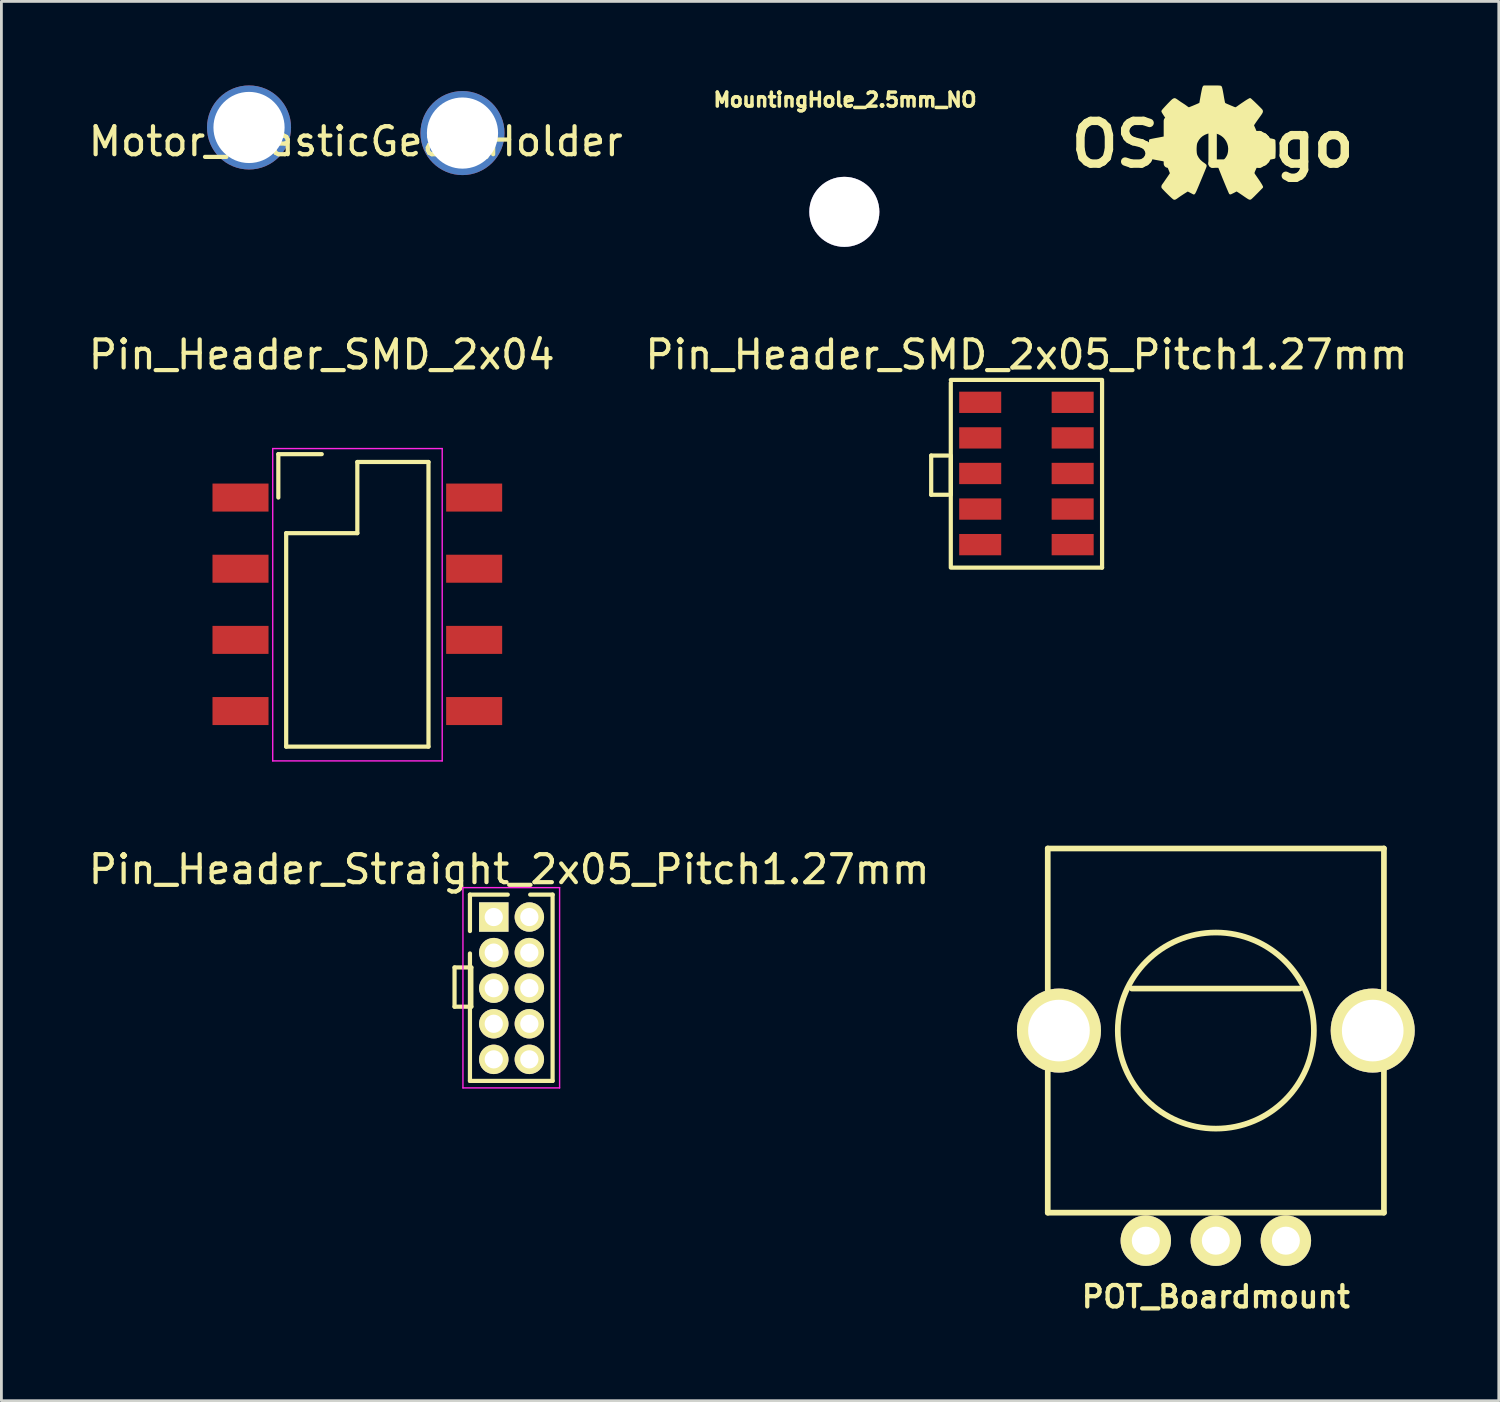
<source format=kicad_pcb>
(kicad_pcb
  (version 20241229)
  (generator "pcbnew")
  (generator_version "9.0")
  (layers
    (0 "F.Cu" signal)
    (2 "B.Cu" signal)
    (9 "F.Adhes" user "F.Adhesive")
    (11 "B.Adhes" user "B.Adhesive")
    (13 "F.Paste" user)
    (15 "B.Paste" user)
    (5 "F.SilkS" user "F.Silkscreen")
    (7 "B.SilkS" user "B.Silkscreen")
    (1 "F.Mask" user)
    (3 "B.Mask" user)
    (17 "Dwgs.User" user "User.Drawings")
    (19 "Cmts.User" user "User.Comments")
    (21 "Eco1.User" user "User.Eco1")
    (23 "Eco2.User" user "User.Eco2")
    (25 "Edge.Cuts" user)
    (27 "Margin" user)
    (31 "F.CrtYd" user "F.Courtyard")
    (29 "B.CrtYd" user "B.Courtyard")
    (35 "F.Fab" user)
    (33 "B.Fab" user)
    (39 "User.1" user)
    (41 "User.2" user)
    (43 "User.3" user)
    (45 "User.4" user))
  (footprint "Motor_PlasticGear_Holder"
    (layer "F.Cu")
    (at 9.649 1.5)
    (property "Reference" "Motor_PlasticGear_Holder" (at 0 0.5 0) (layer "F.SilkS") (effects (font (size 1 1) (thickness 0.15))))
    (attr through_hole)
    (pad "1" thru_hole circle (at -3.81 0) (size 3 3) (drill 2.54) (layers "*.Cu" "*.Mask"))
    (pad "1" thru_hole circle (at 3.81 0.2) (size 3 3) (drill 2.54) (layers "*.Cu" "*.Mask")))
  (footprint "Pin_Header_SMD_2x04"
    (layer "F.Cu")
    (at 8.435 14.711)
    (property "Reference" "Pin_Header_SMD_2x04" (at 0 -5.1 0) (layer "F.SilkS") (effects (font (size 1 1) (thickness 0.15))))
    (attr through_hole)
    (fp_line (start -1.55 -1.55) (end -1.55 0) (stroke (width 0.15) (type solid)) (layer "F.SilkS"))
    (fp_line (start -1.27 1.27) (end -1.27 8.89) (stroke (width 0.15) (type solid)) (layer "F.SilkS"))
    (fp_line (start -1.27 8.89) (end 3.81 8.89) (stroke (width 0.15) (type solid)) (layer "F.SilkS"))
    (fp_line (start 0 -1.55) (end -1.55 -1.55) (stroke (width 0.15) (type solid)) (layer "F.SilkS"))
    (fp_line (start 1.27 -1.27) (end 1.27 1.27) (stroke (width 0.15) (type solid)) (layer "F.SilkS"))
    (fp_line (start 1.27 1.27) (end -1.27 1.27) (stroke (width 0.15) (type solid)) (layer "F.SilkS"))
    (fp_line (start 3.81 -1.27) (end 1.27 -1.27) (stroke (width 0.15) (type solid)) (layer "F.SilkS"))
    (fp_line (start 3.81 8.89) (end 3.81 -1.27) (stroke (width 0.15) (type solid)) (layer "F.SilkS"))
    (fp_line (start -1.75 -1.75) (end -1.75 9.4) (stroke (width 0.05) (type solid)) (layer "F.CrtYd"))
    (fp_line (start -1.75 -1.75) (end 4.3 -1.75) (stroke (width 0.05) (type solid)) (layer "F.CrtYd"))
    (fp_line (start -1.75 9.4) (end 4.3 9.4) (stroke (width 0.05) (type solid)) (layer "F.CrtYd"))
    (fp_line (start 4.3 -1.75) (end 4.3 9.4) (stroke (width 0.05) (type solid)) (layer "F.CrtYd"))
    (pad "1" smd rect (at -2.9 0) (size 2 1) (layers "F.Cu" "F.Mask" "F.Paste"))
    (pad "2" smd rect (at 5.44 0) (size 2 1) (layers "F.Cu" "F.Mask" "F.Paste"))
    (pad "3" smd rect (at -2.9 2.54) (size 2 1) (layers "F.Cu" "F.Mask" "F.Paste"))
    (pad "4" smd rect (at 5.44 2.54) (size 2 1) (layers "F.Cu" "F.Mask" "F.Paste"))
    (pad "5" smd rect (at -2.9 5.08) (size 2 1) (layers "F.Cu" "F.Mask" "F.Paste"))
    (pad "6" smd rect (at 5.44 5.08) (size 2 1) (layers "F.Cu" "F.Mask" "F.Paste"))
    (pad "7" smd rect (at -2.9 7.62) (size 2 1) (layers "F.Cu" "F.Mask" "F.Paste"))
    (pad "8" smd rect (at 5.44 7.62) (size 2 1) (layers "F.Cu" "F.Mask" "F.Paste")))
  (footprint "OSHLogo"
    (layer "F.Cu")
    (at 40.235 2.1)
    (property "Reference" "OSHLogo" (at 0 0 0) (layer "F.SilkS") (effects (font (size 1.524 1.524) (thickness 0.3))))
    (attr through_hole)
    (fp_poly (pts (xy 2.2 0.165) (xy 2.2 0.242) (xy 2.198 0.31) (xy 2.198 0.321) (xy 2.193 0.47) (xy 2.065 0.494) (xy 1.965 0.513) (xy 1.877 0.53) (xy 1.801 0.544) (xy 1.738 0.556) (xy 1.689 0.566) (xy 1.656 0.573) (xy 1.64 0.577) (xy 1.64 0.577) (xy 1.626 0.587) (xy 1.611 0.609) (xy 1.593 0.645) (xy 1.573 0.696) (xy 1.562 0.726) (xy 1.545 0.769) (xy 1.524 0.821) (xy 1.502 0.871) (xy 1.493 0.891) (xy 1.469 0.943) (xy 1.454 0.983) (xy 1.446 1.014) (xy 1.447 1.04) (xy 1.455 1.064) (xy 1.471 1.091) (xy 1.482 1.107) (xy 1.545 1.198) (xy 1.6 1.278) (xy 1.646 1.346) (xy 1.682 1.402) (xy 1.709 1.445) (xy 1.726 1.474) (xy 1.727 1.476) (xy 1.751 1.524) (xy 1.555 1.723) (xy 1.505 1.773) (xy 1.46 1.819) (xy 1.419 1.858) (xy 1.385 1.891) (xy 1.359 1.914) (xy 1.344 1.926) (xy 1.341 1.928) (xy 1.332 1.929) (xy 1.32 1.927) (xy 1.304 1.92) (xy 1.281 1.907) (xy 1.25 1.888) (xy 1.21 1.861) (xy 1.158 1.826) (xy 1.098 1.784) (xy 1.048 1.75) (xy 1.001 1.718) (xy 0.958 1.69) (xy 0.924 1.668) (xy 0.901 1.654) (xy 0.9 1.654) (xy 0.852 1.628) (xy 0.814 1.65) (xy 0.777 1.67) (xy 0.739 1.69) (xy 0.701 1.709) (xy 0.669 1.724) (xy 0.645 1.736) (xy 0.632 1.74) (xy 0.631 1.74) (xy 0.625 1.728) (xy 0.613 1.702) (xy 0.596 1.662) (xy 0.574 1.611) (xy 0.548 1.551) (xy 0.52 1.484) (xy 0.49 1.411) (xy 0.458 1.334) (xy 0.426 1.256) (xy 0.394 1.179) (xy 0.364 1.103) (xy 0.335 1.032) (xy 0.309 0.966) (xy 0.286 0.909) (xy 0.267 0.861) (xy 0.255 0.829) (xy 0.228 0.755) (xy 0.292 0.712) (xy 0.371 0.651) (xy 0.442 0.582) (xy 0.502 0.51) (xy 0.548 0.436) (xy 0.571 0.385) (xy 0.581 0.352) (xy 0.591 0.31) (xy 0.599 0.266) (xy 0.6 0.259) (xy 0.606 0.155) (xy 0.595 0.053) (xy 0.567 -0.046) (xy 0.524 -0.139) (xy 0.465 -0.223) (xy 0.408 -0.284) (xy 0.329 -0.346) (xy 0.241 -0.395) (xy 0.146 -0.429) (xy 0.049 -0.448) (xy -0.049 -0.45) (xy -0.091 -0.446) (xy -0.199 -0.423) (xy -0.297 -0.384) (xy -0.385 -0.332) (xy -0.462 -0.266) (xy -0.527 -0.187) (xy -0.578 -0.097) (xy -0.602 -0.037) (xy -0.623 0.045) (xy -0.634 0.135) (xy -0.634 0.226) (xy -0.622 0.31) (xy -0.622 0.312) (xy -0.592 0.407) (xy -0.545 0.496) (xy -0.483 0.578) (xy -0.406 0.65) (xy -0.359 0.685) (xy -0.324 0.709) (xy -0.295 0.731) (xy -0.275 0.748) (xy -0.268 0.755) (xy -0.266 0.759) (xy -0.264 0.763) (xy -0.263 0.768) (xy -0.264 0.775) (xy -0.267 0.787) (xy -0.272 0.804) (xy -0.281 0.827) (xy -0.293 0.859) (xy -0.31 0.9) (xy -0.331 0.952) (xy -0.357 1.015) (xy -0.389 1.093) (xy -0.427 1.185) (xy -0.444 1.225) (xy -0.486 1.326) (xy -0.522 1.413) (xy -0.552 1.485) (xy -0.577 1.544) (xy -0.598 1.593) (xy -0.614 1.631) (xy -0.628 1.662) (xy -0.639 1.685) (xy -0.648 1.702) (xy -0.655 1.716) (xy -0.659 1.722) (xy -0.672 1.742) (xy -0.775 1.688) (xy -0.815 1.667) (xy -0.849 1.65) (xy -0.875 1.638) (xy -0.889 1.633) (xy -0.889 1.633) (xy -0.901 1.638) (xy -0.925 1.651) (xy -0.959 1.672) (xy -1 1.698) (xy -1.046 1.727) (xy -1.095 1.759) (xy -1.144 1.791) (xy -1.191 1.823) (xy -1.232 1.851) (xy -1.266 1.876) (xy -1.271 1.88) (xy -1.306 1.904) (xy -1.335 1.922) (xy -1.357 1.931) (xy -1.362 1.932) (xy -1.373 1.928) (xy -1.392 1.914) (xy -1.42 1.891) (xy -1.458 1.856) (xy -1.506 1.811) (xy -1.566 1.753) (xy -1.581 1.738) (xy -1.631 1.689) (xy -1.676 1.643) (xy -1.715 1.602) (xy -1.746 1.569) (xy -1.768 1.544) (xy -1.778 1.53) (xy -1.779 1.528) (xy -1.778 1.5) (xy -1.77 1.477) (xy -1.754 1.453) (xy -1.74 1.434) (xy -1.718 1.404) (xy -1.69 1.364) (xy -1.659 1.318) (xy -1.625 1.269) (xy -1.59 1.219) (xy -1.558 1.172) (xy -1.53 1.13) (xy -1.507 1.096) (xy -1.493 1.074) (xy -1.49 1.07) (xy -1.47 1.037) (xy -1.542 0.855) (xy -1.565 0.798) (xy -1.587 0.744) (xy -1.607 0.696) (xy -1.623 0.657) (xy -1.635 0.631) (xy -1.637 0.627) (xy -1.644 0.612) (xy -1.652 0.6) (xy -1.661 0.59) (xy -1.674 0.581) (xy -1.693 0.574) (xy -1.72 0.566) (xy -1.757 0.558) (xy -1.806 0.548) (xy -1.87 0.537) (xy -1.928 0.526) (xy -1.989 0.515) (xy -2.046 0.504) (xy -2.098 0.494) (xy -2.139 0.486) (xy -2.167 0.479) (xy -2.173 0.478) (xy -2.218 0.466) (xy -2.22 0.166) (xy -2.223 -0.134) (xy -2.13 -0.153) (xy -2.09 -0.161) (xy -2.038 -0.171) (xy -1.977 -0.182) (xy -1.913 -0.194) (xy -1.855 -0.205) (xy -1.799 -0.216) (xy -1.748 -0.225) (xy -1.705 -0.234) (xy -1.674 -0.241) (xy -1.657 -0.245) (xy -1.655 -0.245) (xy -1.648 -0.249) (xy -1.641 -0.257) (xy -1.632 -0.271) (xy -1.621 -0.293) (xy -1.606 -0.324) (xy -1.587 -0.365) (xy -1.564 -0.419) (xy -1.535 -0.487) (xy -1.513 -0.538) (xy -1.495 -0.583) (xy -1.479 -0.624) (xy -1.467 -0.655) (xy -1.461 -0.675) (xy -1.46 -0.679) (xy -1.465 -0.693) (xy -1.479 -0.717) (xy -1.499 -0.749) (xy -1.523 -0.786) (xy -1.526 -0.79) (xy -1.592 -0.887) (xy -1.649 -0.971) (xy -1.695 -1.04) (xy -1.731 -1.095) (xy -1.756 -1.136) (xy -1.772 -1.164) (xy -1.778 -1.178) (xy -1.778 -1.179) (xy -1.772 -1.189) (xy -1.755 -1.21) (xy -1.729 -1.241) (xy -1.696 -1.277) (xy -1.658 -1.319) (xy -1.617 -1.363) (xy -1.575 -1.408) (xy -1.533 -1.451) (xy -1.494 -1.491) (xy -1.46 -1.526) (xy -1.431 -1.552) (xy -1.412 -1.57) (xy -1.41 -1.571) (xy -1.385 -1.587) (xy -1.363 -1.596) (xy -1.356 -1.597) (xy -1.34 -1.591) (xy -1.315 -1.577) (xy -1.285 -1.557) (xy -1.273 -1.548) (xy -1.239 -1.524) (xy -1.196 -1.494) (xy -1.149 -1.462) (xy -1.111 -1.438) (xy -1.067 -1.409) (xy -1.022 -1.38) (xy -0.983 -1.352) (xy -0.957 -1.333) (xy -0.918 -1.304) (xy -0.889 -1.285) (xy -0.867 -1.275) (xy -0.849 -1.271) (xy -0.836 -1.273) (xy -0.82 -1.277) (xy -0.79 -1.289) (xy -0.748 -1.306) (xy -0.695 -1.327) (xy -0.634 -1.353) (xy -0.567 -1.381) (xy -0.497 -1.412) (xy -0.458 -1.429) (xy -0.43 -1.441) (xy -0.379 -1.723) (xy -0.365 -1.801) (xy -0.351 -1.87) (xy -0.339 -1.929) (xy -0.329 -1.976) (xy -0.32 -2.009) (xy -0.314 -2.027) (xy -0.314 -2.028) (xy -0.299 -2.05) (xy -0.015 -2.05) (xy 0.068 -2.05) (xy 0.135 -2.05) (xy 0.186 -2.049) (xy 0.224 -2.047) (xy 0.251 -2.045) (xy 0.269 -2.043) (xy 0.278 -2.04) (xy 0.28 -2.038) (xy 0.287 -2.022) (xy 0.296 -1.99) (xy 0.307 -1.943) (xy 0.319 -1.883) (xy 0.332 -1.812) (xy 0.345 -1.74) (xy 0.354 -1.685) (xy 0.365 -1.624) (xy 0.376 -1.568) (xy 0.382 -1.535) (xy 0.389 -1.5) (xy 0.396 -1.474) (xy 0.403 -1.455) (xy 0.415 -1.439) (xy 0.433 -1.426) (xy 0.461 -1.412) (xy 0.5 -1.395) (xy 0.552 -1.373) (xy 0.553 -1.372) (xy 0.601 -1.352) (xy 0.652 -1.33) (xy 0.699 -1.311) (xy 0.721 -1.301) (xy 0.757 -1.287) (xy 0.79 -1.276) (xy 0.813 -1.271) (xy 0.818 -1.27) (xy 0.838 -1.276) (xy 0.87 -1.293) (xy 0.912 -1.321) (xy 0.926 -1.332) (xy 0.981 -1.371) (xy 1.04 -1.412) (xy 1.101 -1.453) (xy 1.159 -1.492) (xy 1.212 -1.527) (xy 1.256 -1.554) (xy 1.282 -1.569) (xy 1.334 -1.599) (xy 1.359 -1.577) (xy 1.392 -1.546) (xy 1.433 -1.509) (xy 1.477 -1.467) (xy 1.523 -1.422) (xy 1.57 -1.377) (xy 1.614 -1.333) (xy 1.654 -1.293) (xy 1.689 -1.258) (xy 1.715 -1.231) (xy 1.731 -1.213) (xy 1.734 -1.208) (xy 1.743 -1.193) (xy 1.746 -1.178) (xy 1.744 -1.16) (xy 1.735 -1.139) (xy 1.718 -1.11) (xy 1.692 -1.071) (xy 1.657 -1.022) (xy 1.602 -0.946) (xy 1.557 -0.883) (xy 1.521 -0.832) (xy 1.493 -0.791) (xy 1.471 -0.759) (xy 1.455 -0.735) (xy 1.445 -0.716) (xy 1.438 -0.703) (xy 1.436 -0.7) (xy 1.43 -0.682) (xy 1.429 -0.667) (xy 1.434 -0.649) (xy 1.447 -0.621) (xy 1.45 -0.614) (xy 1.464 -0.584) (xy 1.482 -0.542) (xy 1.502 -0.494) (xy 1.522 -0.445) (xy 1.524 -0.441) (xy 1.552 -0.373) (xy 1.575 -0.322) (xy 1.594 -0.284) (xy 1.612 -0.259) (xy 1.627 -0.245) (xy 1.635 -0.242) (xy 1.653 -0.238) (xy 1.685 -0.232) (xy 1.728 -0.223) (xy 1.779 -0.213) (xy 1.836 -0.203) (xy 1.893 -0.192) (xy 1.949 -0.181) (xy 2 -0.172) (xy 2.043 -0.164) (xy 2.068 -0.16) (xy 2.107 -0.153) (xy 2.141 -0.145) (xy 2.165 -0.139) (xy 2.169 -0.138) (xy 2.192 -0.129) (xy 2.198 0.022) (xy 2.199 0.089) (xy 2.2 0.165)) (stroke (width 0.1) (type solid)) (fill yes) (layer "F.SilkS")))
  (footprint "Pin_Header_Straight_2x05_Pitch1.27mm"
    (layer "F.Cu")
    (at 14.575 29.684)
    (property "Reference" "Pin_Header_Straight_2x05_Pitch1.27mm" (at 0.55 -1.7 0) (layer "F.SilkS") (effects (font (size 1 1) (thickness 0.15))))
    (attr through_hole)
    (fp_line (start -1.4 1.8) (end -0.8 1.8) (stroke (width 0.15) (type solid)) (layer "F.SilkS"))
    (fp_line (start -1.4 3.2) (end -1.4 1.8) (stroke (width 0.15) (type solid)) (layer "F.SilkS"))
    (fp_line (start -0.85 -0.8) (end -0.85 0.5) (stroke (width 0.15) (type solid)) (layer "F.SilkS"))
    (fp_line (start -0.85 5.85) (end -0.85 1.3) (stroke (width 0.15) (type solid)) (layer "F.SilkS"))
    (fp_line (start -0.8 1.8) (end -0.8 3.2) (stroke (width 0.15) (type solid)) (layer "F.SilkS"))
    (fp_line (start -0.8 3.2) (end -1.4 3.2) (stroke (width 0.15) (type solid)) (layer "F.SilkS"))
    (fp_line (start 0.5 -0.8) (end -0.85 -0.8) (stroke (width 0.15) (type solid)) (layer "F.SilkS"))
    (fp_line (start 2.1 -0.8) (end 1.3 -0.8) (stroke (width 0.15) (type solid)) (layer "F.SilkS"))
    (fp_line (start 2.1 5.85) (end -0.85 5.85) (stroke (width 0.15) (type solid)) (layer "F.SilkS"))
    (fp_line (start 2.1 5.85) (end 2.1 -0.8) (stroke (width 0.15) (type solid)) (layer "F.SilkS"))
    (fp_line (start -1.1 -1.05) (end -1.1 6.1) (stroke (width 0.05) (type solid)) (layer "F.CrtYd"))
    (fp_line (start -1.1 -1.05) (end 2.35 -1.05) (stroke (width 0.05) (type solid)) (layer "F.CrtYd"))
    (fp_line (start -1.1 6.1) (end 2.35 6.1) (stroke (width 0.05) (type solid)) (layer "F.CrtYd"))
    (fp_line (start 2.35 -1.05) (end 2.35 6.1) (stroke (width 0.05) (type solid)) (layer "F.CrtYd"))
    (pad "1" thru_hole rect (at 0 0) (size 1.05 1.05) (drill 0.65) (layers "*.Cu" "*.Mask" "F.SilkS"))
    (pad "2" thru_hole circle (at 1.27 0) (size 1.05 1.05) (drill 0.65) (layers "*.Cu" "*.Mask" "F.SilkS"))
    (pad "3" thru_hole circle (at 0 1.27) (size 1.05 1.05) (drill 0.65) (layers "*.Cu" "*.Mask" "F.SilkS"))
    (pad "4" thru_hole circle (at 1.27 1.27) (size 1.05 1.05) (drill 0.65) (layers "*.Cu" "*.Mask" "F.SilkS"))
    (pad "5" thru_hole circle (at 0 2.54) (size 1.05 1.05) (drill 0.65) (layers "*.Cu" "*.Mask" "F.SilkS"))
    (pad "6" thru_hole circle (at 1.27 2.54) (size 1.05 1.05) (drill 0.65) (layers "*.Cu" "*.Mask" "F.SilkS"))
    (pad "7" thru_hole circle (at 0 3.81) (size 1.05 1.05) (drill 0.65) (layers "*.Cu" "*.Mask" "F.SilkS"))
    (pad "8" thru_hole circle (at 1.27 3.81) (size 1.05 1.05) (drill 0.65) (layers "*.Cu" "*.Mask" "F.SilkS"))
    (pad "9" thru_hole circle (at 0 5.08) (size 1.05 1.05) (drill 0.65) (layers "*.Cu" "*.Mask" "F.SilkS"))
    (pad "10" thru_hole circle (at 1.27 5.08) (size 1.05 1.05) (drill 0.65) (layers "*.Cu" "*.Mask" "F.SilkS")))
  (footprint "POT_Boardmount"
    (layer "F.Cu")
    (at 40.35 33.737)
    (property "Reference" "POT_Boardmount" (at 0 9.5 0) (layer "F.SilkS") (effects (font (size 0.762 0.762) (thickness 0.152))))
    (attr through_hole)
    (fp_line (start -6 -6.5) (end 6 -6.5) (stroke (width 0.203) (type solid)) (layer "F.SilkS"))
    (fp_line (start -6 6.5) (end -6 -6.5) (stroke (width 0.203) (type solid)) (layer "F.SilkS"))
    (fp_line (start 3 -1.5) (end -3 -1.5) (stroke (width 0.203) (type solid)) (layer "F.SilkS"))
    (fp_line (start 6 -6.5) (end 6 6.5) (stroke (width 0.203) (type solid)) (layer "F.SilkS"))
    (fp_line (start 6 6.5) (end -6 6.5) (stroke (width 0.203) (type solid)) (layer "F.SilkS"))
    (fp_circle (center 0 0) (end 3.5 0) (stroke (width 0.203) (type solid)) (fill no) (layer "F.SilkS"))
    (pad "" thru_hole circle (at -5.6 0) (size 3 3) (drill 2.2) (layers "*.Cu" "*.Mask" "F.SilkS"))
    (pad "" thru_hole circle (at 5.6 0) (size 3 3) (drill 2.2) (layers "*.Cu" "*.Mask" "F.SilkS"))
    (pad "1" thru_hole circle (at -2.5 7.5) (size 1.8 1.8) (drill 1) (layers "*.Cu" "*.Mask" "F.SilkS"))
    (pad "2" thru_hole circle (at 0 7.5) (size 1.8 1.8) (drill 1) (layers "*.Cu" "*.Mask" "F.SilkS"))
    (pad "3" thru_hole circle (at 2.5 7.5) (size 1.8 1.8) (drill 1) (layers "*.Cu" "*.Mask" "F.SilkS")))
  (footprint "Pin_Header_SMD_2x05_Pitch1.27mm"
    (layer "F.Cu")
    (at 33.589 11.311)
    (property "Reference" "Pin_Header_SMD_2x05_Pitch1.27mm" (at 0 -1.7 0) (layer "F.SilkS") (effects (font (size 1 1) (thickness 0.15))))
    (attr through_hole)
    (fp_line (start -3.4 1.9) (end -2.8 1.9) (stroke (width 0.15) (type solid)) (layer "F.SilkS"))
    (fp_line (start -3.4 3.3) (end -3.4 1.9) (stroke (width 0.15) (type solid)) (layer "F.SilkS"))
    (fp_line (start -2.8 3.3) (end -3.4 3.3) (stroke (width 0.15) (type solid)) (layer "F.SilkS"))
    (fp_line (start -2.7 1.9) (end -2.7 3.3) (stroke (width 0.15) (type solid)) (layer "F.SilkS"))
    (fp_line (start -2.7 5.85) (end -2.7 -0.7) (stroke (width 0.15) (type solid)) (layer "F.SilkS"))
    (fp_line (start 2.7 -0.8) (end -2.7 -0.8) (stroke (width 0.15) (type solid)) (layer "F.SilkS"))
    (fp_line (start 2.7 5.9) (end -2.7 5.9) (stroke (width 0.15) (type solid)) (layer "F.SilkS"))
    (fp_line (start 2.7 5.9) (end 2.7 -0.75) (stroke (width 0.15) (type solid)) (layer "F.SilkS"))
    (pad "1" smd rect (at -1.65 0) (size 1.5 0.76) (layers "F.Cu" "F.Mask" "F.Paste"))
    (pad "2" smd rect (at 1.65 0) (size 1.5 0.76) (layers "F.Cu" "F.Mask" "F.Paste"))
    (pad "3" smd rect (at -1.65 1.27) (size 1.5 0.76) (layers "F.Cu" "F.Mask" "F.Paste"))
    (pad "4" smd rect (at 1.65 1.27) (size 1.5 0.76) (layers "F.Cu" "F.Mask" "F.Paste"))
    (pad "5" smd rect (at -1.65 2.54) (size 1.5 0.76) (layers "F.Cu" "F.Mask" "F.Paste"))
    (pad "6" smd rect (at 1.65 2.54) (size 1.5 0.76) (layers "F.Cu" "F.Mask" "F.Paste"))
    (pad "7" smd rect (at -1.65 3.81) (size 1.5 0.76) (layers "F.Cu" "F.Mask" "F.Paste"))
    (pad "8" smd rect (at 1.65 3.81) (size 1.5 0.76) (layers "F.Cu" "F.Mask" "F.Paste"))
    (pad "9" smd rect (at -1.65 5.08) (size 1.5 0.76) (layers "F.Cu" "F.Mask" "F.Paste"))
    (pad "10" smd rect (at 1.65 5.08) (size 1.5 0.76) (layers "F.Cu" "F.Mask" "F.Paste")))
  (footprint "MountingHole_2.5mm_NO"
    (layer "F.Cu")
    (at 27.114 4.512)
    (property "Reference" "MountingHole_2.5mm_NO" (at 0 -4 0) (layer "F.SilkS") (effects (font (size 0.5 0.5) (thickness 0.125))))
    (attr through_hole)
    (pad "1" thru_hole circle (at -0.025 0) (size 2.5 2.5) (drill 2.5) (layers "*.Cu")))
  (gr_rect
    (start -3 -3)
    (end 50.45 46.95)
    (stroke (width 0.1) (type default))
    (fill no)
    (layer "Edge.Cuts")))
</source>
